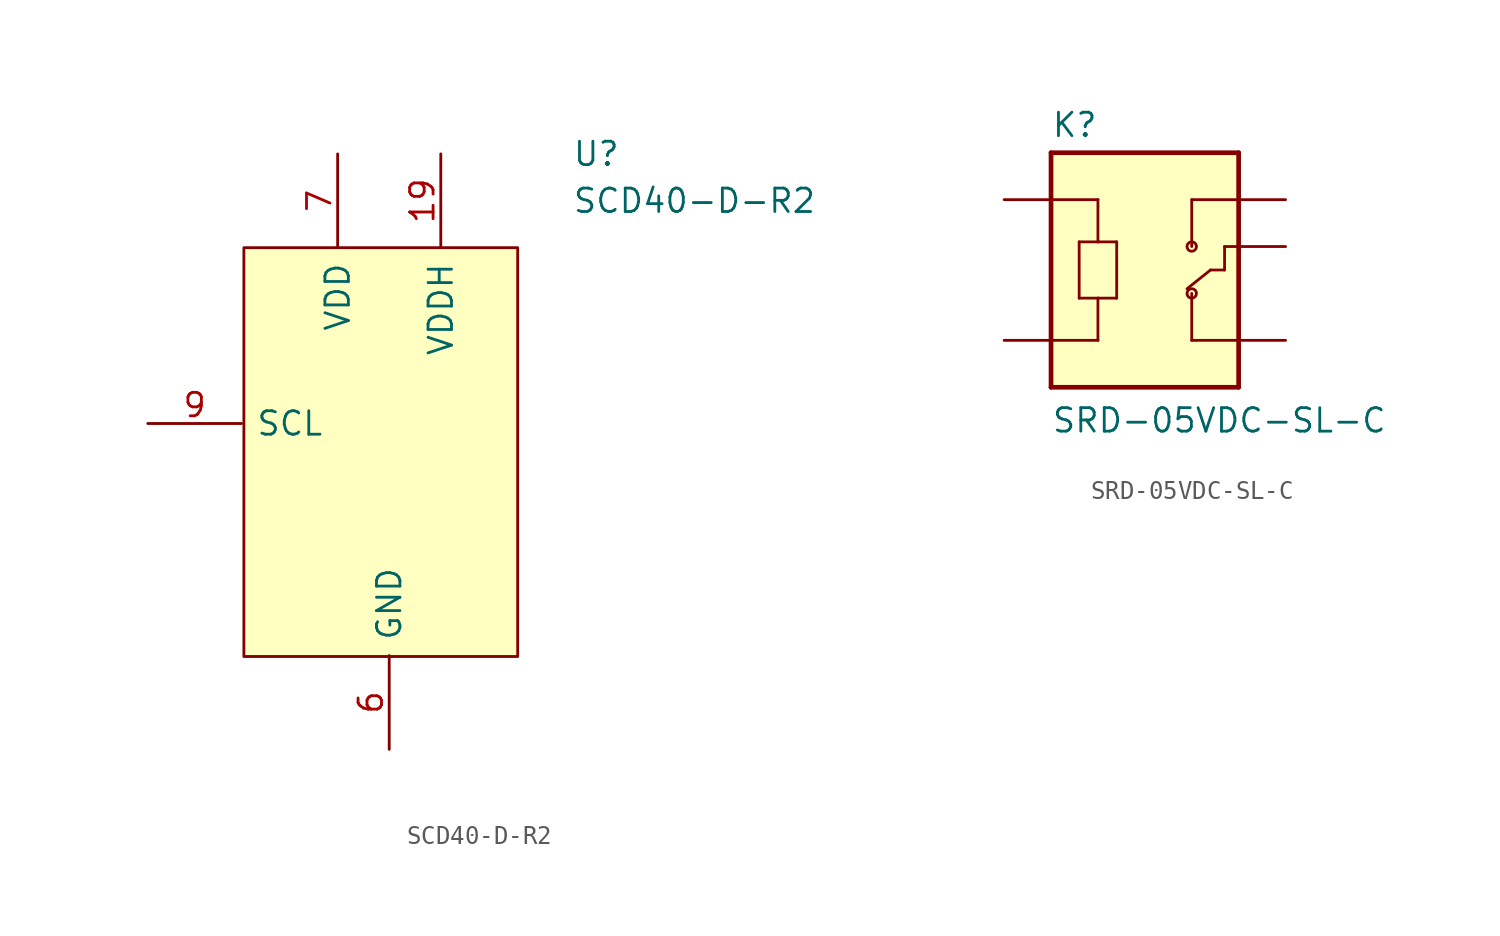
<source format=kicad_sym>
(kicad_symbol_lib
  (version 20211014)
  (generator kicad_symbol_editor)
  (symbol "SCD40-D-R2"
    (pin_names
      (offset 0.762))
    (property "Reference" "U"
      (at 29.21 17.78 0)
      (effects (font (size 1.27 1.27)) (justify left)))
    (property "Value" "SCD40-D-R2"
      (at 29.21 15.24 0)
      (effects (font (size 1.27 1.27)) (justify left)))
    (symbol "SCD40-D-R2_0_0"
      (pin passive line (at 22.098 17.78 270) (length 5.08) (name "VDDH" (effects (font (size 1.27 1.27)))) (number "19" (effects (font (size 1.27 1.27)))))
      (pin passive line (at 19.304 -14.478 90) (length 5.08) hide (name "GND_2" (effects (font (size 1.27 1.27)))) (number "20" (effects (font (size 1.27 1.27)))))
      (pin passive line (at 19.304 -14.478 90) (length 5.08) hide (name "GND_3" (effects (font (size 1.27 1.27)))) (number "21" (effects (font (size 1.27 1.27)))))
      (pin passive line (at 19.304 -14.478 90) (length 5.08) (name "GND" (effects (font (size 1.27 1.27)))) (number "6" (effects (font (size 1.27 1.27)))))
      (pin passive line (at 16.51 17.78 270) (length 5.08) (name "VDD" (effects (font (size 1.27 1.27)))) (number "7" (effects (font (size 1.27 1.27)))))
      (pin passive line (at 6.223 3.175 0) (length 5.08) (name "SCL" (effects (font (size 1.27 1.27)))) (number "9" (effects (font (size 1.27 1.27))))))
    (symbol "SCD40-D-R2_0_1"
      (rectangle (start 11.43 12.7) (end 26.264 -9.449) (stroke (width 0) (type default) (color 0 0 0 0)) (fill (type background)))))
  (symbol "SRD-05VDC-SL-C"
    (pin_numbers hide)
    (pin_names
      (offset 1.016) hide)
    (property "Reference" "K"
      (at -5.08 5.842 0)
      (effects (font (size 1.27 1.27)) (justify left bottom)))
    (property "Value" "SRD-05VDC-SL-C"
      (at -5.08 -10.16 0)
      (effects (font (size 1.27 1.27)) (justify left bottom)))
    (symbol "SRD-05VDC-SL-C_0_0"
      (rectangle (start -5.08 5.08) (end 5.08 -7.62) (stroke (width 0) (type default) (color 0 0 0 0)) (fill (type background)))
      (polyline (pts (xy -5.08 -7.62) (xy -5.08 5.08)) (stroke (width 0.254) (type default) (color 0 0 0 0)) (fill (type none)))
      (polyline (pts (xy -5.08 2.54) (xy -2.54 2.54)) (stroke (width 0.152) (type default) (color 0 0 0 0)) (fill (type none)))
      (polyline (pts (xy -5.08 5.08) (xy 5.08 5.08)) (stroke (width 0.254) (type default) (color 0 0 0 0)) (fill (type background)))
      (polyline (pts (xy -3.556 -2.794) (xy -2.54 -2.794)) (stroke (width 0.152) (type default) (color 0 0 0 0)) (fill (type none)))
      (polyline (pts (xy -3.556 0.254) (xy -3.556 -2.794)) (stroke (width 0.152) (type default) (color 0 0 0 0)) (fill (type none)))
      (polyline (pts (xy -2.54 -5.08) (xy -5.08 -5.08)) (stroke (width 0.152) (type default) (color 0 0 0 0)) (fill (type none)))
      (polyline (pts (xy -2.54 -2.794) (xy -2.54 -5.08)) (stroke (width 0.152) (type default) (color 0 0 0 0)) (fill (type none)))
      (polyline (pts (xy -2.54 -2.794) (xy -1.524 -2.794)) (stroke (width 0.152) (type default) (color 0 0 0 0)) (fill (type none)))
      (polyline (pts (xy -2.54 0.254) (xy -3.556 0.254)) (stroke (width 0.152) (type default) (color 0 0 0 0)) (fill (type none)))
      (polyline (pts (xy -2.54 2.54) (xy -2.54 0.254)) (stroke (width 0.152) (type default) (color 0 0 0 0)) (fill (type none)))
      (polyline (pts (xy -1.524 -2.794) (xy -1.524 0.254)) (stroke (width 0.152) (type default) (color 0 0 0 0)) (fill (type none)))
      (polyline (pts (xy -1.524 0.254) (xy -2.54 0.254)) (stroke (width 0.152) (type default) (color 0 0 0 0)) (fill (type none)))
      (polyline (pts (xy 2.54 -5.08) (xy 5.08 -5.08)) (stroke (width 0.152) (type default) (color 0 0 0 0)) (fill (type none)))
      (polyline (pts (xy 2.54 -2.54) (xy 2.54 -5.08)) (stroke (width 0.152) (type default) (color 0 0 0 0)) (fill (type none)))
      (polyline (pts (xy 2.54 2.54) (xy 2.54 0)) (stroke (width 0.152) (type default) (color 0 0 0 0)) (fill (type none)))
      (polyline (pts (xy 3.556 -1.27) (xy 2.286 -2.286)) (stroke (width 0.152) (type default) (color 0 0 0 0)) (fill (type none)))
      (polyline (pts (xy 3.556 -1.27) (xy 4.318 -1.27)) (stroke (width 0.152) (type default) (color 0 0 0 0)) (fill (type none)))
      (polyline (pts (xy 4.318 -1.27) (xy 4.318 0)) (stroke (width 0.152) (type default) (color 0 0 0 0)) (fill (type none)))
      (polyline (pts (xy 4.318 0) (xy 5.08 0)) (stroke (width 0.152) (type default) (color 0 0 0 0)) (fill (type none)))
      (polyline (pts (xy 5.08 -7.62) (xy -5.08 -7.62)) (stroke (width 0.254) (type default) (color 0 0 0 0)) (fill (type none)))
      (polyline (pts (xy 5.08 0) (xy 5.08 -7.62)) (stroke (width 0.254) (type default) (color 0 0 0 0)) (fill (type none)))
      (polyline (pts (xy 5.08 2.54) (xy 2.54 2.54)) (stroke (width 0.152) (type default) (color 0 0 0 0)) (fill (type none)))
      (polyline (pts (xy 5.08 5.08) (xy 5.08 0)) (stroke (width 0.254) (type default) (color 0 0 0 0)) (fill (type none)))
      (circle (center 2.54 -2.54) (radius 0.254) (stroke (width 0.152) (type default) (color 0 0 0 0)) (fill (type none)))
      (circle (center 2.54 0) (radius 0.254) (stroke (width 0.152) (type default) (color 0 0 0 0)) (fill (type none)))
      (pin passive line (at -7.62 2.54 0) (length 2.54) (name "~" (effects (font (size 1.016 1.016)))) (number "A1" (effects (font (size 1.016 1.016)))))
      (pin passive line (at -7.62 -5.08 0) (length 2.54) (name "~" (effects (font (size 1.016 1.016)))) (number "A2" (effects (font (size 1.016 1.016)))))
      (pin passive line (at 7.62 0 180) (length 2.54) (name "~" (effects (font (size 1.016 1.016)))) (number "COM" (effects (font (size 1.016 1.016)))))
      (pin passive line (at 7.62 -5.08 180) (length 2.54) (name "~" (effects (font (size 1.016 1.016)))) (number "NC" (effects (font (size 1.016 1.016)))))
      (pin passive line (at 7.62 2.54 180) (length 2.54) (name "~" (effects (font (size 1.016 1.016)))) (number "NO" (effects (font (size 1.016 1.016))))))))
</source>
